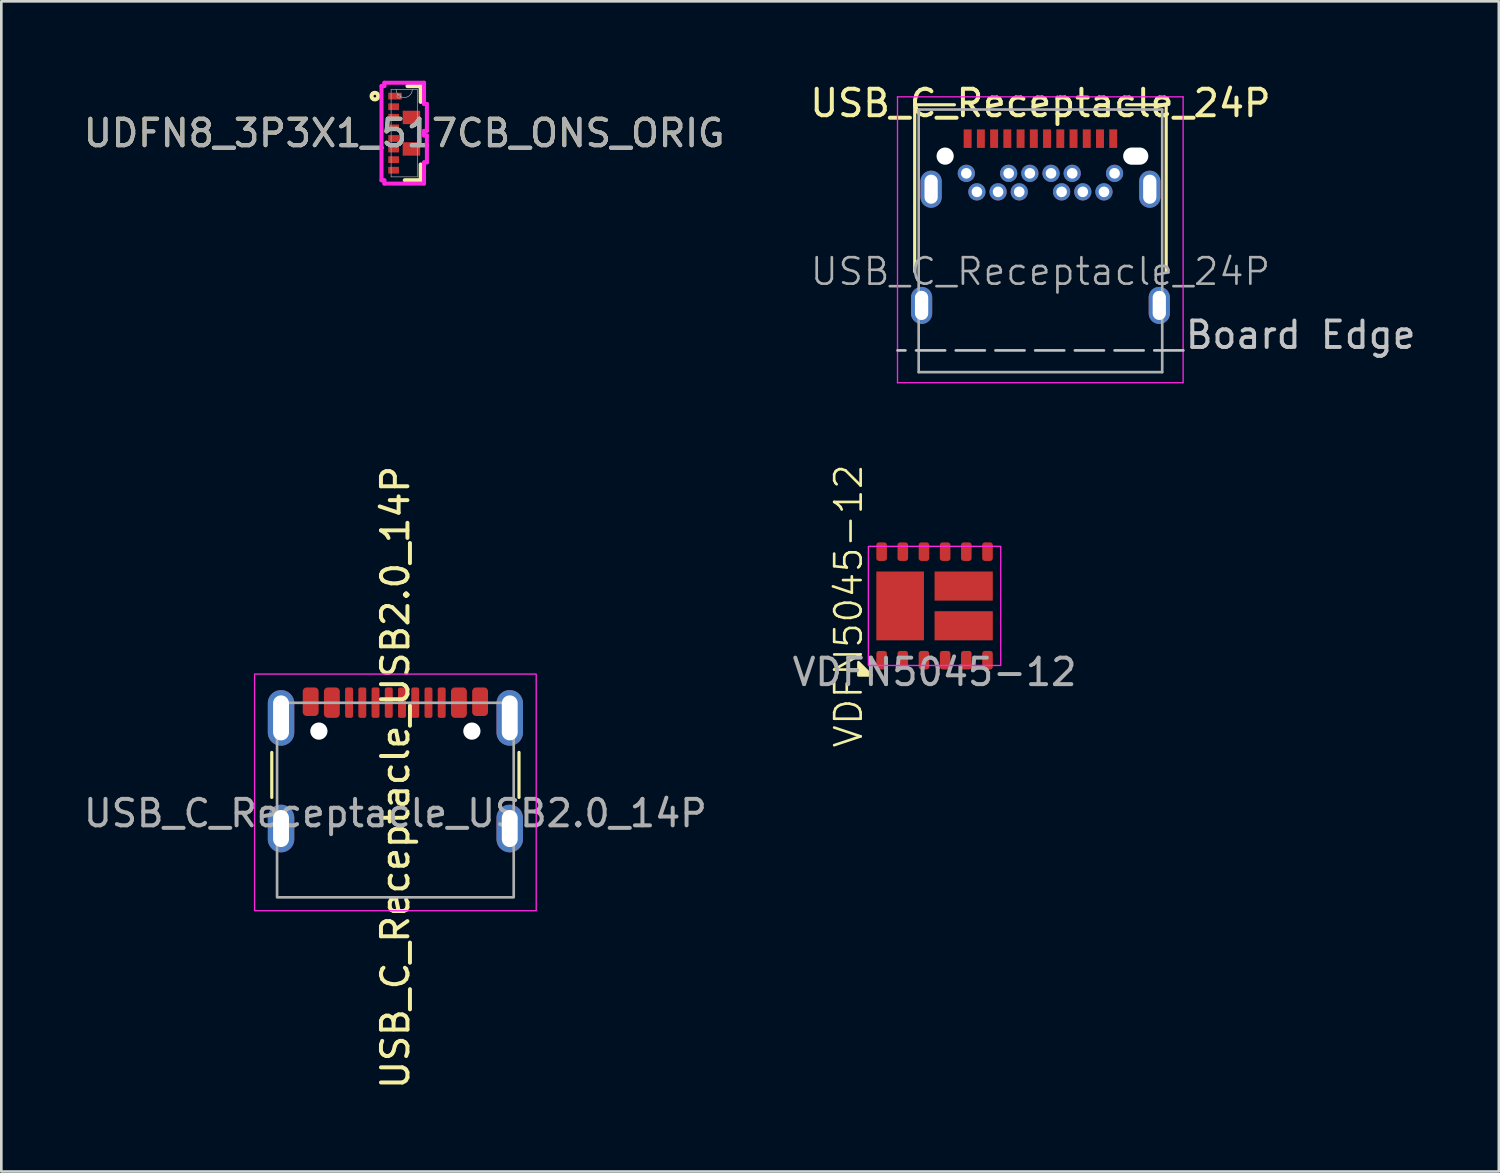
<source format=kicad_pcb>
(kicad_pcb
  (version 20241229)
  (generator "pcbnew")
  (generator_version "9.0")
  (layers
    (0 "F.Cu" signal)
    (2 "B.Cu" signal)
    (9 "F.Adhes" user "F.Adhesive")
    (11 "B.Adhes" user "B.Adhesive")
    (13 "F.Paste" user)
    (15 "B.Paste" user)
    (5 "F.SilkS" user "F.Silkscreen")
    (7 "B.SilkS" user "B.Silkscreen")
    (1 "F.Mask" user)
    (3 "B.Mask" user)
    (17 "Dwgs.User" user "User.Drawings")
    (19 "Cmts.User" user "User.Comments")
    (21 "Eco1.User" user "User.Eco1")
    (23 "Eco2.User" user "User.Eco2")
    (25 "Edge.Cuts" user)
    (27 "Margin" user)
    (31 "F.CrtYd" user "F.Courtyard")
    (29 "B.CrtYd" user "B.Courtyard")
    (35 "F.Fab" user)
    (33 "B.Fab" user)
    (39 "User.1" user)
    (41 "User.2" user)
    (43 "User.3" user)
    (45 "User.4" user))
  (footprint "USB_C_Receptacle_USB2.0_14P"
    (layer "F.Cu")
    (at 11.887 30.85)
    (property "Reference" "USB_C_Receptacle_USB2.0_14P" (at 0 -4.53 90) (unlocked yes) (layer "F.SilkS") (effects (font (size 1 1) (thickness 0.15))))
    (attr smd)
    (fp_line (start -4.67 -3.775) (end -4.67 -5.475) (stroke (width 0.12) (type solid)) (layer "F.SilkS"))
    (fp_line (start 4.67 -3.775) (end 4.67 -5.475) (stroke (width 0.12) (type solid)) (layer "F.SilkS"))
    (fp_rect (start -5.32 -8.435) (end 5.32 0.505) (stroke (width 0.05) (type solid)) (fill no) (layer "F.CrtYd"))
    (fp_rect (start -4.47 -7.35) (end 4.47 0) (stroke (width 0.1) (type solid)) (fill no) (layer "F.Fab"))
    (fp_text user "${REFERENCE}" (at 0 -3.175 0) (unlocked yes) (layer "F.Fab") (effects (font (size 1 1) (thickness 0.15))))
    (pad "" np_thru_hole circle (at -2.89 -6.28) (size 0.65 0.65) (drill 0.65) (layers "*.Cu" "*.Mask"))
    (pad "" np_thru_hole circle (at 2.89 -6.28) (size 0.65 0.65) (drill 0.65) (layers "*.Cu" "*.Mask"))
    (pad "A1" smd roundrect (at -3.2 -7.39) (size 0.6 1.08) (layers "F.Cu" "F.Mask" "F.Paste") (roundrect_rratio 0.25))
    (pad "A4" smd roundrect (at -2.4 -7.355) (size 0.6 1.15) (layers "F.Cu" "F.Mask" "F.Paste") (roundrect_rratio 0.25))
    (pad "A5" smd roundrect (at -1.25 -7.355) (size 0.3 1.15) (layers "F.Cu" "F.Mask" "F.Paste") (roundrect_rratio 0.25))
    (pad "A6" smd roundrect (at -0.25 -7.355) (size 0.3 1.15) (layers "F.Cu" "F.Mask" "F.Paste") (roundrect_rratio 0.25))
    (pad "A7" smd roundrect (at 0.25 -7.355) (size 0.3 1.15) (layers "F.Cu" "F.Mask" "F.Paste") (roundrect_rratio 0.25))
    (pad "A8" smd roundrect (at 1.25 -7.355) (size 0.3 1.15) (layers "F.Cu" "F.Mask" "F.Paste") (roundrect_rratio 0.25))
    (pad "B1" smd roundrect (at 3.2 -7.39) (size 0.6 1.08) (layers "F.Cu" "F.Mask" "F.Paste") (roundrect_rratio 0.25))
    (pad "B4" smd roundrect (at 2.4 -7.355) (size 0.6 1.15) (layers "F.Cu" "F.Mask" "F.Paste") (roundrect_rratio 0.25))
    (pad "B5" smd roundrect (at 1.75 -7.355) (size 0.3 1.15) (layers "F.Cu" "F.Mask" "F.Paste") (roundrect_rratio 0.25))
    (pad "B6" smd roundrect (at 0.75 -7.355) (size 0.3 1.15) (layers "F.Cu" "F.Mask" "F.Paste") (roundrect_rratio 0.25))
    (pad "B7" smd roundrect (at -0.75 -7.355) (size 0.3 1.15) (layers "F.Cu" "F.Mask" "F.Paste") (roundrect_rratio 0.25))
    (pad "B8" smd roundrect (at -1.75 -7.355) (size 0.3 1.15) (layers "F.Cu" "F.Mask" "F.Paste") (roundrect_rratio 0.25))
    (pad "SH" thru_hole oval (at -4.32 -6.78) (size 1 2.1) (drill oval 0.6 1.7) (property pad_prop_heatsink) (layers "*.Cu" "*.Mask"))
    (pad "SH" thru_hole oval (at -4.32 -2.6) (size 1 1.8) (drill oval 0.6 1.4) (property pad_prop_heatsink) (layers "*.Cu" "*.Mask"))
    (pad "SH" thru_hole oval (at 4.32 -6.78) (size 1 2.1) (drill oval 0.6 1.7) (property pad_prop_heatsink) (layers "*.Cu" "*.Mask"))
    (pad "SH" thru_hole oval (at 4.32 -2.6) (size 1 1.8) (drill oval 0.6 1.4) (property pad_prop_heatsink) (layers "*.Cu" "*.Mask")))
  (footprint "UDFN8_3P3X1_517CB_ONS_ORIG"
    (layer "F.Cu")
    (at 12.22 1.981)
    (property "Reference" "UDFN8_3P3X1_517CB_ONS_ORIG" (at 0 0 0) (unlocked yes) (layer "F.SilkS") (effects (font (size 1 1) (thickness 0.15))))
    (attr smd)
    (fp_line (start 0.123 -1.778) (end 0.622 -1.778) (stroke (width 0.152) (type solid)) (layer "F.SilkS"))
    (fp_line (start 0.622 -1.778) (end 0.622 -1.181) (stroke (width 0.152) (type solid)) (layer "F.SilkS"))
    (fp_line (start 0.622 1.181) (end 0.622 1.778) (stroke (width 0.152) (type solid)) (layer "F.SilkS"))
    (fp_line (start 0.622 1.778) (end 0.022 1.778) (stroke (width 0.152) (type solid)) (layer "F.SilkS"))
    (fp_circle (center -1.108 -1.4) (end -0.981 -1.4) (stroke (width 0.152) (type solid)) (fill no) (layer "F.SilkS"))
    (fp_line (start -0.857 -1.781) (end -0.857 1.781) (stroke (width 0.152) (type solid)) (layer "F.CrtYd"))
    (fp_line (start -0.857 1.781) (end -0.749 1.781) (stroke (width 0.152) (type solid)) (layer "F.CrtYd"))
    (fp_line (start -0.749 -1.905) (end -0.749 -1.781) (stroke (width 0.152) (type solid)) (layer "F.CrtYd"))
    (fp_line (start -0.749 -1.781) (end -0.857 -1.781) (stroke (width 0.152) (type solid)) (layer "F.CrtYd"))
    (fp_line (start -0.749 1.781) (end -0.749 1.905) (stroke (width 0.152) (type solid)) (layer "F.CrtYd"))
    (fp_line (start -0.749 1.905) (end 0.749 1.905) (stroke (width 0.152) (type solid)) (layer "F.CrtYd"))
    (fp_line (start 0.749 -1.905) (end -0.749 -1.905) (stroke (width 0.152) (type solid)) (layer "F.CrtYd"))
    (fp_line (start 0.749 -1.103) (end 0.749 -1.905) (stroke (width 0.152) (type solid)) (layer "F.CrtYd"))
    (fp_line (start 0.749 -0.087) (end 0.857 -0.087) (stroke (width 0.152) (type solid)) (layer "F.CrtYd"))
    (fp_line (start 0.749 0.087) (end 0.749 -0.087) (stroke (width 0.152) (type solid)) (layer "F.CrtYd"))
    (fp_line (start 0.749 1.103) (end 0.857 1.103) (stroke (width 0.152) (type solid)) (layer "F.CrtYd"))
    (fp_line (start 0.749 1.905) (end 0.749 1.103) (stroke (width 0.152) (type solid)) (layer "F.CrtYd"))
    (fp_line (start 0.857 -1.103) (end 0.749 -1.103) (stroke (width 0.152) (type solid)) (layer "F.CrtYd"))
    (fp_line (start 0.857 -0.087) (end 0.857 -1.103) (stroke (width 0.152) (type solid)) (layer "F.CrtYd"))
    (fp_line (start 0.857 0.087) (end 0.749 0.087) (stroke (width 0.152) (type solid)) (layer "F.CrtYd"))
    (fp_line (start 0.857 1.103) (end 0.857 0.087) (stroke (width 0.152) (type solid)) (layer "F.CrtYd"))
    (fp_line (start -0.495 -1.651) (end -0.495 1.651) (stroke (width 0.025) (type solid)) (layer "F.Fab"))
    (fp_line (start -0.495 1.651) (end 0.495 1.651) (stroke (width 0.025) (type solid)) (layer "F.Fab"))
    (fp_line (start 0.495 -1.651) (end -0.495 -1.651) (stroke (width 0.025) (type solid)) (layer "F.Fab"))
    (fp_line (start 0.495 1.651) (end 0.495 -1.651) (stroke (width 0.025) (type solid)) (layer "F.Fab"))
    (fp_arc (start 0.3048 -1.651) (mid 0 -1.3462) (end -0.3048 -1.651) (stroke (width 0.0254) (type solid)) (layer "F.Fab"))
    (fp_circle (center -0.197 -1.4) (end -0.121 -1.4) (stroke (width 0.025) (type solid)) (fill no) (layer "F.Fab"))
    (fp_text user "${REFERENCE}" (at 0 0 0) (unlocked yes) (layer "F.Fab") (effects (font (size 1 1) (thickness 0.15))))
    (pad "1" smd rect (at -0.349 -1.4) (size 0.508 0.254) (layers "F.Cu" "F.Mask" "F.Paste"))
    (pad "2" smd rect (at -0.4 -1) (size 0.406 0.254) (layers "F.Cu" "F.Mask" "F.Paste"))
    (pad "3" smd rect (at -0.4 -0.6) (size 0.406 0.254) (layers "F.Cu" "F.Mask" "F.Paste"))
    (pad "4" smd rect (at -0.4 -0.2) (size 0.406 0.254) (layers "F.Cu" "F.Mask" "F.Paste"))
    (pad "5" smd rect (at -0.4 0.2) (size 0.406 0.254) (layers "F.Cu" "F.Mask" "F.Paste"))
    (pad "6" smd rect (at -0.4 0.6) (size 0.406 0.254) (layers "F.Cu" "F.Mask" "F.Paste"))
    (pad "7" smd rect (at -0.4 1) (size 0.406 0.254) (layers "F.Cu" "F.Mask" "F.Paste"))
    (pad "8" smd rect (at -0.4 1.4) (size 0.406 0.254) (layers "F.Cu" "F.Mask" "F.Paste"))
    (pad "11" smd rect (at 0.273 0.595) (size 0.66 0.508) (layers "F.Cu" "F.Mask" "F.Paste"))
    (pad "14" smd rect (at 0.273 -0.595) (size 0.66 0.508) (layers "F.Cu" "F.Mask" "F.Paste")))
  (footprint "VDFN5045-12"
    (layer "F.Cu")
    (at 32.256 19.84)
    (property "Reference" "VDFN5045-12" (at -3.25 0 90) (unlocked yes) (layer "F.SilkS") (effects (font (size 1 1) (thickness 0.1))))
    (attr smd)
    (fp_poly (pts (xy -2.875 2.125) (xy -2.875 2.625) (xy -2.375 2.625)) (stroke (width 0.1) (type solid)) (fill yes) (layer "F.SilkS"))
    (fp_rect (start -2.5 -2.25) (end 2.5 2.25) (stroke (width 0.05) (type solid)) (fill no) (layer "F.CrtYd"))
    (fp_text user "${REFERENCE}" (at 0 2.5 0) (unlocked yes) (layer "F.Fab") (effects (font (size 1 1) (thickness 0.15))))
    (pad "" smd roundrect (at -1.75 -0.65) (size 0.7 1.1) (layers "F.Paste") (roundrect_rratio 0.25))
    (pad "" smd roundrect (at -1.75 0.65) (size 0.7 1.1) (layers "F.Paste") (roundrect_rratio 0.25))
    (pad "" smd roundrect (at -0.85 -0.65) (size 0.7 1.1) (layers "F.Paste") (roundrect_rratio 0.25))
    (pad "" smd roundrect (at -0.85 0.65) (size 0.7 1.1) (layers "F.Paste") (roundrect_rratio 0.25))
    (pad "" smd roundrect (at 0.55 -0.75) (size 0.9 0.9) (layers "F.Paste") (roundrect_rratio 0.25))
    (pad "" smd roundrect (at 0.55 0.75) (size 0.9 0.9) (layers "F.Paste") (roundrect_rratio 0.25))
    (pad "" smd roundrect (at 1.65 -0.75) (size 0.9 0.9) (layers "F.Paste") (roundrect_rratio 0.25))
    (pad "" smd roundrect (at 1.65 0.75) (size 0.9 0.9) (layers "F.Paste") (roundrect_rratio 0.25))
    (pad "1" smd roundrect (at -2 2.05) (size 0.4 0.7) (layers "F.Cu" "F.Mask" "F.Paste") (roundrect_rratio 0.25))
    (pad "2" smd roundrect (at -1.2 2.05) (size 0.4 0.7) (layers "F.Cu" "F.Mask" "F.Paste") (roundrect_rratio 0.25))
    (pad "3" smd roundrect (at -0.4 2.05) (size 0.4 0.7) (layers "F.Cu" "F.Mask" "F.Paste") (roundrect_rratio 0.25))
    (pad "4" smd roundrect (at 0.4 2.05) (size 0.4 0.7) (layers "F.Cu" "F.Mask" "F.Paste") (roundrect_rratio 0.25))
    (pad "5" smd roundrect (at 1.2 2.05) (size 0.4 0.7) (layers "F.Cu" "F.Mask" "F.Paste") (roundrect_rratio 0.25))
    (pad "6" smd roundrect (at 2 2.05) (size 0.4 0.7) (layers "F.Cu" "F.Mask" "F.Paste") (roundrect_rratio 0.25))
    (pad "7" smd roundrect (at 2 -2.05) (size 0.4 0.7) (layers "F.Cu" "F.Mask" "F.Paste") (roundrect_rratio 0.25))
    (pad "8" smd roundrect (at 1.2 -2.05) (size 0.4 0.7) (layers "F.Cu" "F.Mask" "F.Paste") (roundrect_rratio 0.25))
    (pad "9" smd roundrect (at 0.4 -2.05) (size 0.4 0.7) (layers "F.Cu" "F.Mask" "F.Paste") (roundrect_rratio 0.25))
    (pad "10" smd roundrect (at -0.4 -2.05) (size 0.4 0.7) (layers "F.Cu" "F.Mask" "F.Paste") (roundrect_rratio 0.25))
    (pad "11" smd roundrect (at -1.2 -2.05) (size 0.4 0.7) (layers "F.Cu" "F.Mask" "F.Paste") (roundrect_rratio 0.25))
    (pad "12" smd roundrect (at -2 -2.05) (size 0.4 0.7) (layers "F.Cu" "F.Mask" "F.Paste") (roundrect_rratio 0.25))
    (pad "A" smd rect (at -1.3 0) (size 1.8 2.6) (layers "F.Cu" "F.Mask"))
    (pad "B" smd rect (at 1.1 0.75) (size 2.2 1.1) (layers "F.Cu" "F.Mask"))
    (pad "C" smd rect (at 1.1 -0.75) (size 2.2 1.1) (layers "F.Cu" "F.Mask")))
  (footprint "USB_C_Receptacle_24P"
    (layer "F.Cu")
    (at 36.256 10.188)
    (property "Reference" "USB_C_Receptacle_24P" (at 0 -9.34 0) (layer "F.SilkS") (effects (font (size 1 1) (thickness 0.15))))
    (attr smd)
    (fp_line (start -4.75 -9.28) (end -4.75 -2.98) (stroke (width 0.12) (type solid)) (layer "F.SilkS"))
    (fp_line (start -4.75 -9.28) (end -3.25 -9.28) (stroke (width 0.12) (type solid)) (layer "F.SilkS"))
    (fp_line (start 3.25 -9.28) (end 4.75 -9.28) (stroke (width 0.12) (type solid)) (layer "F.SilkS"))
    (fp_line (start 4.75 -9.28) (end 4.75 -2.98) (stroke (width 0.12) (type solid)) (layer "F.SilkS"))
    (fp_line (start 5.4 0) (end -5.4 0) (stroke (width 0.1) (type dash)) (layer "Dwgs.User"))
    (fp_line (start -5.4 -9.58) (end 5.39 -9.58) (stroke (width 0.05) (type solid)) (layer "F.CrtYd"))
    (fp_line (start -5.4 1.22) (end -5.4 -9.58) (stroke (width 0.05) (type solid)) (layer "F.CrtYd"))
    (fp_line (start 5.38 1.22) (end -5.4 1.22) (stroke (width 0.05) (type solid)) (layer "F.CrtYd"))
    (fp_line (start 5.39 -9.58) (end 5.39 1.22) (stroke (width 0.05) (type solid)) (layer "F.CrtYd"))
    (fp_line (start -4.6 -9.1) (end 4.6 -9.1) (stroke (width 0.1) (type solid)) (layer "F.Fab"))
    (fp_line (start -4.6 0.82) (end -4.6 -9.1) (stroke (width 0.1) (type solid)) (layer "F.Fab"))
    (fp_line (start -4.6 0.82) (end 4.6 0.82) (stroke (width 0.1) (type solid)) (layer "F.Fab"))
    (fp_line (start 4.6 0.82) (end 4.6 -9.1) (stroke (width 0.1) (type solid)) (layer "F.Fab"))
    (fp_text user "Board Edge" (at 5.4 0 0) (unlocked yes) (layer "Dwgs.User") (effects (font (size 1 1) (thickness 0.15)) (justify left bottom)))
    (fp_text user "${REFERENCE}" (at 0 -2.98 0) (layer "F.Fab") (effects (font (size 1 1) (thickness 0.1))))
    (pad "" np_thru_hole circle (at -3.6 -7.34) (size 0.65 0.65) (drill 0.65) (layers "*.Cu" "*.Mask"))
    (pad "" np_thru_hole oval (at 3.6 -7.34) (size 0.95 0.65) (drill oval 0.95 0.65) (layers "*.Cu" "*.Mask"))
    (pad "A1" smd rect (at -2.75 -8) (size 0.3 0.7) (layers "F.Cu" "F.Mask" "F.Paste"))
    (pad "A2" smd rect (at -2.25 -8) (size 0.3 0.7) (layers "F.Cu" "F.Mask" "F.Paste"))
    (pad "A3" smd rect (at -1.75 -8) (size 0.3 0.7) (layers "F.Cu" "F.Mask" "F.Paste"))
    (pad "A4" smd rect (at -1.25 -8) (size 0.3 0.7) (layers "F.Cu" "F.Mask" "F.Paste"))
    (pad "A5" smd rect (at -0.75 -8) (size 0.3 0.7) (layers "F.Cu" "F.Mask" "F.Paste"))
    (pad "A6" smd rect (at -0.25 -8) (size 0.3 0.7) (layers "F.Cu" "F.Mask" "F.Paste"))
    (pad "A7" smd rect (at 0.25 -8) (size 0.3 0.7) (layers "F.Cu" "F.Mask" "F.Paste"))
    (pad "A8" smd rect (at 0.75 -8) (size 0.3 0.7) (layers "F.Cu" "F.Mask" "F.Paste"))
    (pad "A9" smd rect (at 1.25 -8) (size 0.3 0.7) (layers "F.Cu" "F.Mask" "F.Paste"))
    (pad "A10" smd rect (at 1.75 -8) (size 0.3 0.7) (layers "F.Cu" "F.Mask" "F.Paste"))
    (pad "A11" smd rect (at 2.25 -8) (size 0.3 0.7) (layers "F.Cu" "F.Mask" "F.Paste"))
    (pad "A12" smd rect (at 2.75 -8) (size 0.3 0.7) (layers "F.Cu" "F.Mask" "F.Paste"))
    (pad "B1" thru_hole circle (at 2.8 -6.69) (size 0.65 0.65) (drill 0.4) (property pad_prop_heatsink) (layers "*.Cu" "*.Mask"))
    (pad "B2" thru_hole circle (at 2.4 -5.99) (size 0.65 0.65) (drill 0.4) (property pad_prop_heatsink) (layers "*.Cu" "*.Mask"))
    (pad "B3" thru_hole circle (at 1.6 -5.99) (size 0.65 0.65) (drill 0.4) (property pad_prop_heatsink) (layers "*.Cu" "*.Mask"))
    (pad "B4" thru_hole circle (at 1.2 -6.69) (size 0.65 0.65) (drill 0.4) (property pad_prop_heatsink) (layers "*.Cu" "*.Mask"))
    (pad "B5" thru_hole circle (at 0.8 -5.99) (size 0.65 0.65) (drill 0.4) (property pad_prop_heatsink) (layers "*.Cu" "*.Mask"))
    (pad "B6" thru_hole circle (at 0.4 -6.69) (size 0.65 0.65) (drill 0.4) (property pad_prop_heatsink) (layers "*.Cu" "*.Mask"))
    (pad "B7" thru_hole circle (at -0.4 -6.69) (size 0.65 0.65) (drill 0.4) (property pad_prop_heatsink) (layers "*.Cu" "*.Mask"))
    (pad "B8" thru_hole circle (at -0.8 -5.99) (size 0.65 0.65) (drill 0.4) (property pad_prop_heatsink) (layers "*.Cu" "*.Mask"))
    (pad "B9" thru_hole circle (at -1.2 -6.69) (size 0.65 0.65) (drill 0.4) (property pad_prop_heatsink) (layers "*.Cu" "*.Mask"))
    (pad "B10" thru_hole circle (at -1.6 -5.99) (size 0.65 0.65) (drill 0.4) (property pad_prop_heatsink) (layers "*.Cu" "*.Mask"))
    (pad "B11" thru_hole circle (at -2.4 -5.99) (size 0.65 0.65) (drill 0.4) (property pad_prop_heatsink) (layers "*.Cu" "*.Mask"))
    (pad "B12" thru_hole circle (at -2.8 -6.69) (size 0.65 0.65) (drill 0.4) (property pad_prop_heatsink) (layers "*.Cu" "*.Mask"))
    (pad "S1" thru_hole oval (at -4.49 -1.7) (size 0.8 1.4) (drill oval 0.5 1.1) (property pad_prop_heatsink) (layers "*.Cu" "*.Mask"))
    (pad "S1" thru_hole oval (at -4.13 -6.09) (size 0.8 1.4) (drill oval 0.5 1.1) (property pad_prop_heatsink) (layers "*.Cu" "*.Mask"))
    (pad "S1" thru_hole oval (at 4.13 -6.09) (size 0.8 1.4) (drill oval 0.5 1.1) (property pad_prop_heatsink) (layers "*.Cu" "*.Mask"))
    (pad "S1" thru_hole oval (at 4.49 -1.7) (size 0.8 1.4) (drill oval 0.5 1.1) (property pad_prop_heatsink) (layers "*.Cu" "*.Mask")))
  (gr_rect
    (start -3 -3)
    (end 53.573 41.207)
    (stroke (width 0.1) (type default))
    (fill no)
    (layer "Edge.Cuts")))
</source>
